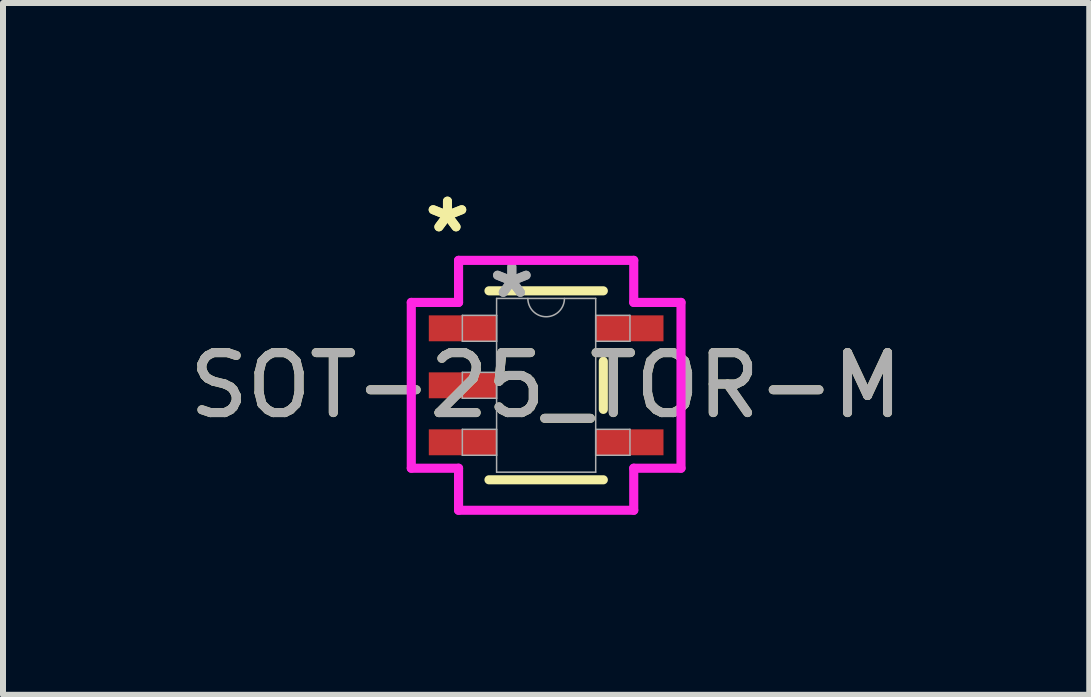
<source format=kicad_pcb>
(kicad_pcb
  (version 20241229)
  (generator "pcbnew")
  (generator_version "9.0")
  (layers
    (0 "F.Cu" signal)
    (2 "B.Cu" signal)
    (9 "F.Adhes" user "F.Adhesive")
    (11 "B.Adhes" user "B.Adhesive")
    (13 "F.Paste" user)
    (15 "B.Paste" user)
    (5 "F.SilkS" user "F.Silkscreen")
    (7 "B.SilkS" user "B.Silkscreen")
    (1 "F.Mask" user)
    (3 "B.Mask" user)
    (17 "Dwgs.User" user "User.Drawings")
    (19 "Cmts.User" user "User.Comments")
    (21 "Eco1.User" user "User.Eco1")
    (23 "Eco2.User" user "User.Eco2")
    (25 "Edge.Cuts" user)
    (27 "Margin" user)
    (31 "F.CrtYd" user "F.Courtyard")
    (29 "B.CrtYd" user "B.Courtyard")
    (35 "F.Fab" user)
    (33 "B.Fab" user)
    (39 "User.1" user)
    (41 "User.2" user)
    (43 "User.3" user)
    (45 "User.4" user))
  (footprint "SOT-25_TOR-M"
    (layer "F.Cu")
    (at 6.054 3.373)
    (property "Reference" "SOT-25_TOR-M" (at 0 0 0) (unlocked yes) (layer "F.SilkS") (effects (font (size 1 1) (thickness 0.15))))
    (attr smd)
    (fp_line (start -0.953 1.575) (end 0.953 1.575) (stroke (width 0.152) (type solid)) (layer "F.SilkS"))
    (fp_line (start 0.953 -1.575) (end -0.953 -1.575) (stroke (width 0.152) (type solid)) (layer "F.SilkS"))
    (fp_line (start 0.953 0.401) (end 0.953 -0.401) (stroke (width 0.152) (type solid)) (layer "F.SilkS"))
    (fp_line (start -2.248 -1.382) (end -1.46 -1.382) (stroke (width 0.152) (type solid)) (layer "F.CrtYd"))
    (fp_line (start -2.248 1.382) (end -2.248 -1.382) (stroke (width 0.152) (type solid)) (layer "F.CrtYd"))
    (fp_line (start -1.46 -2.083) (end 1.46 -2.083) (stroke (width 0.152) (type solid)) (layer "F.CrtYd"))
    (fp_line (start -1.46 -1.382) (end -1.46 -2.083) (stroke (width 0.152) (type solid)) (layer "F.CrtYd"))
    (fp_line (start -1.46 1.382) (end -2.248 1.382) (stroke (width 0.152) (type solid)) (layer "F.CrtYd"))
    (fp_line (start -1.46 2.083) (end -1.46 1.382) (stroke (width 0.152) (type solid)) (layer "F.CrtYd"))
    (fp_line (start 1.46 -2.083) (end 1.46 -1.382) (stroke (width 0.152) (type solid)) (layer "F.CrtYd"))
    (fp_line (start 1.46 -1.382) (end 2.248 -1.382) (stroke (width 0.152) (type solid)) (layer "F.CrtYd"))
    (fp_line (start 1.46 1.382) (end 1.46 2.083) (stroke (width 0.152) (type solid)) (layer "F.CrtYd"))
    (fp_line (start 1.46 2.083) (end -1.46 2.083) (stroke (width 0.152) (type solid)) (layer "F.CrtYd"))
    (fp_line (start 2.248 -1.382) (end 2.248 1.382) (stroke (width 0.152) (type solid)) (layer "F.CrtYd"))
    (fp_line (start 2.248 1.382) (end 1.46 1.382) (stroke (width 0.152) (type solid)) (layer "F.CrtYd"))
    (fp_line (start -1.397 -1.166) (end -1.397 -0.734) (stroke (width 0.025) (type solid)) (layer "F.Fab"))
    (fp_line (start -1.397 -0.734) (end -0.826 -0.734) (stroke (width 0.025) (type solid)) (layer "F.Fab"))
    (fp_line (start -1.397 -0.216) (end -1.397 0.216) (stroke (width 0.025) (type solid)) (layer "F.Fab"))
    (fp_line (start -1.397 0.216) (end -0.826 0.216) (stroke (width 0.025) (type solid)) (layer "F.Fab"))
    (fp_line (start -1.397 0.734) (end -1.397 1.166) (stroke (width 0.025) (type solid)) (layer "F.Fab"))
    (fp_line (start -1.397 1.166) (end -0.826 1.166) (stroke (width 0.025) (type solid)) (layer "F.Fab"))
    (fp_line (start -0.826 -1.448) (end -0.826 1.448) (stroke (width 0.025) (type solid)) (layer "F.Fab"))
    (fp_line (start -0.826 -1.166) (end -1.397 -1.166) (stroke (width 0.025) (type solid)) (layer "F.Fab"))
    (fp_line (start -0.826 -0.734) (end -0.826 -1.166) (stroke (width 0.025) (type solid)) (layer "F.Fab"))
    (fp_line (start -0.826 -0.216) (end -1.397 -0.216) (stroke (width 0.025) (type solid)) (layer "F.Fab"))
    (fp_line (start -0.826 0.216) (end -0.826 -0.216) (stroke (width 0.025) (type solid)) (layer "F.Fab"))
    (fp_line (start -0.826 0.734) (end -1.397 0.734) (stroke (width 0.025) (type solid)) (layer "F.Fab"))
    (fp_line (start -0.826 1.166) (end -0.826 0.734) (stroke (width 0.025) (type solid)) (layer "F.Fab"))
    (fp_line (start -0.826 1.448) (end 0.826 1.448) (stroke (width 0.025) (type solid)) (layer "F.Fab"))
    (fp_line (start 0.826 -1.448) (end -0.826 -1.448) (stroke (width 0.025) (type solid)) (layer "F.Fab"))
    (fp_line (start 0.826 -1.166) (end 0.826 -0.734) (stroke (width 0.025) (type solid)) (layer "F.Fab"))
    (fp_line (start 0.826 -0.734) (end 1.397 -0.734) (stroke (width 0.025) (type solid)) (layer "F.Fab"))
    (fp_line (start 0.826 0.734) (end 0.826 1.166) (stroke (width 0.025) (type solid)) (layer "F.Fab"))
    (fp_line (start 0.826 1.166) (end 1.397 1.166) (stroke (width 0.025) (type solid)) (layer "F.Fab"))
    (fp_line (start 0.826 1.448) (end 0.826 -1.448) (stroke (width 0.025) (type solid)) (layer "F.Fab"))
    (fp_line (start 1.397 -1.166) (end 0.826 -1.166) (stroke (width 0.025) (type solid)) (layer "F.Fab"))
    (fp_line (start 1.397 -0.734) (end 1.397 -1.166) (stroke (width 0.025) (type solid)) (layer "F.Fab"))
    (fp_line (start 1.397 0.734) (end 0.826 0.734) (stroke (width 0.025) (type solid)) (layer "F.Fab"))
    (fp_line (start 1.397 1.166) (end 1.397 0.734) (stroke (width 0.025) (type solid)) (layer "F.Fab"))
    (fp_arc (start 0.3048 -1.4478) (mid 0 -1.143) (end -0.3048 -1.4478) (stroke (width 0.0254) (type solid)) (layer "F.Fab"))
    (fp_text user "*" (at -1.645 -2.525 0) (unlocked yes) (layer "F.SilkS") (effects (font (size 1 1) (thickness 0.15))))
    (fp_text user "*" (at -1.645 -2.525 0) (layer "F.SilkS") (effects (font (size 1 1) (thickness 0.15))))
    (fp_text user "*" (at -0.572 -1.433 0) (unlocked yes) (layer "F.Fab") (effects (font (size 1 1) (thickness 0.15))))
    (fp_text user "*" (at -0.572 -1.433 0) (layer "F.Fab") (effects (font (size 1 1) (thickness 0.15))))
    (fp_text user "${REFERENCE}" (at 0 0 0) (unlocked yes) (layer "F.Fab") (effects (font (size 1 1) (thickness 0.15))))
    (pad "1" smd rect (at -1.391 -0.95) (size 1.13 0.432) (layers "F.Cu" "F.Mask" "F.Paste"))
    (pad "2" smd rect (at -1.391 0) (size 1.13 0.432) (layers "F.Cu" "F.Mask" "F.Paste"))
    (pad "3" smd rect (at -1.391 0.95) (size 1.13 0.432) (layers "F.Cu" "F.Mask" "F.Paste"))
    (pad "4" smd rect (at 1.391 0.95) (size 1.13 0.432) (layers "F.Cu" "F.Mask" "F.Paste"))
    (pad "5" smd rect (at 1.391 -0.95) (size 1.13 0.432) (layers "F.Cu" "F.Mask" "F.Paste")))
  (gr_rect
    (start -3 -3)
    (end 15.107 8.532)
    (stroke (width 0.1) (type default))
    (fill no)
    (layer "Edge.Cuts")))
</source>
